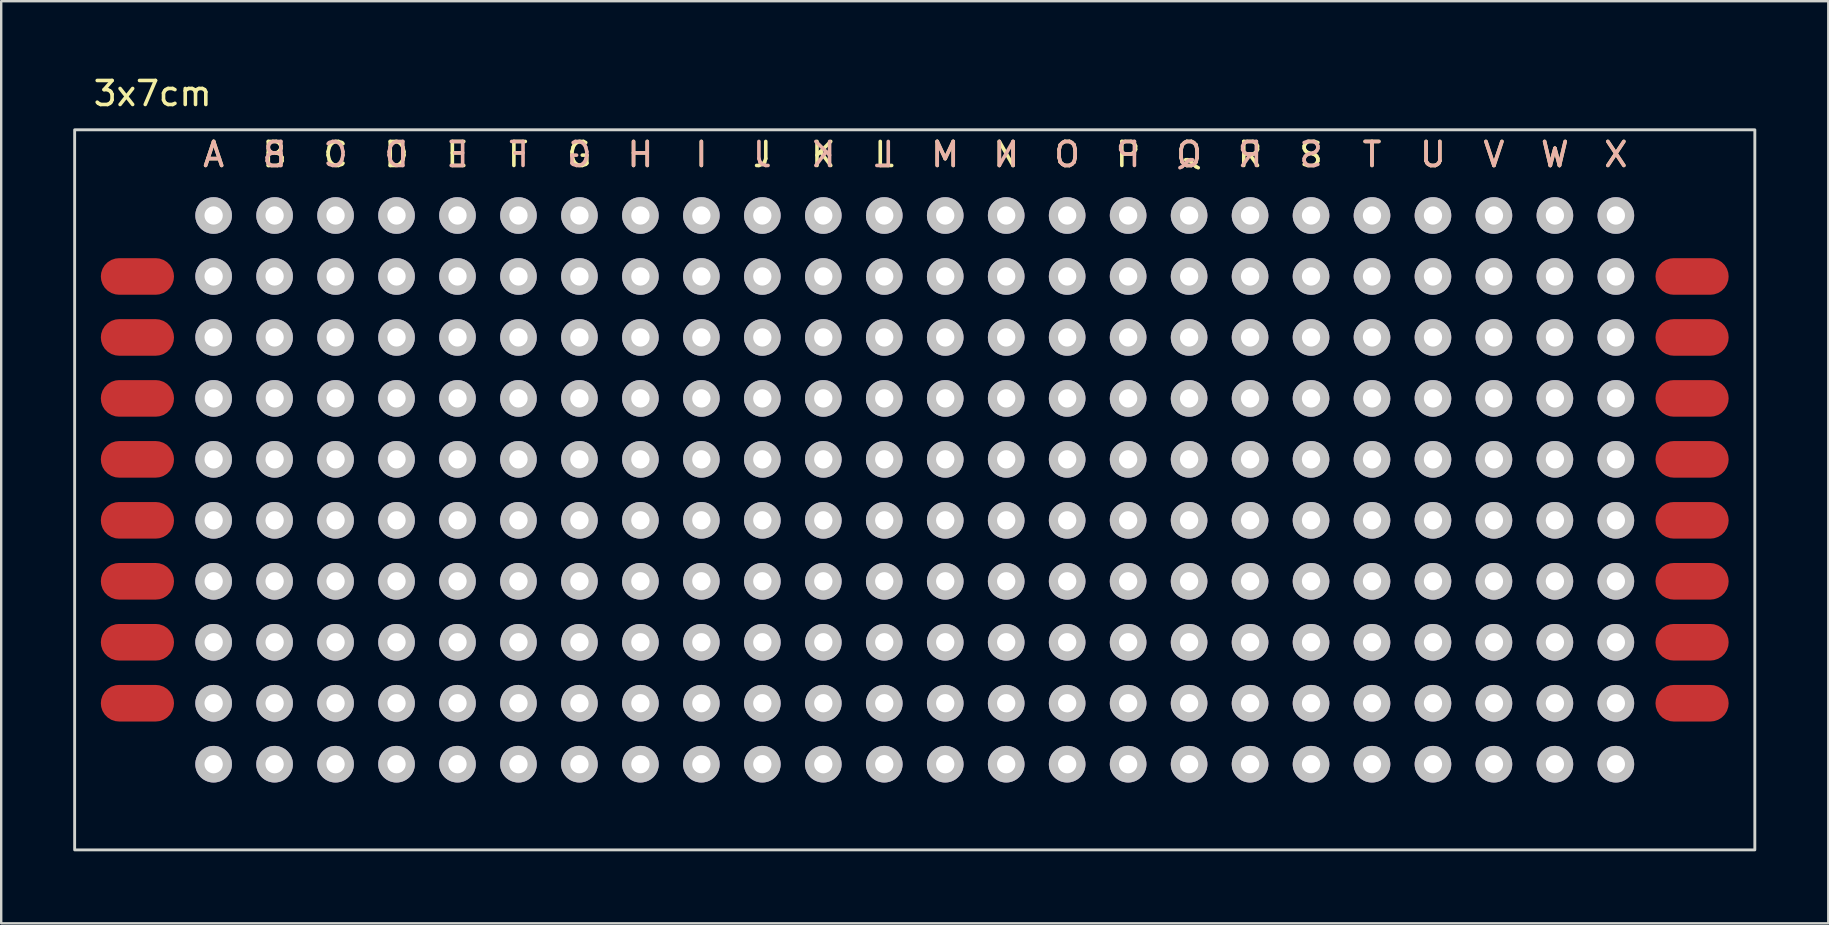
<source format=kicad_pcb>
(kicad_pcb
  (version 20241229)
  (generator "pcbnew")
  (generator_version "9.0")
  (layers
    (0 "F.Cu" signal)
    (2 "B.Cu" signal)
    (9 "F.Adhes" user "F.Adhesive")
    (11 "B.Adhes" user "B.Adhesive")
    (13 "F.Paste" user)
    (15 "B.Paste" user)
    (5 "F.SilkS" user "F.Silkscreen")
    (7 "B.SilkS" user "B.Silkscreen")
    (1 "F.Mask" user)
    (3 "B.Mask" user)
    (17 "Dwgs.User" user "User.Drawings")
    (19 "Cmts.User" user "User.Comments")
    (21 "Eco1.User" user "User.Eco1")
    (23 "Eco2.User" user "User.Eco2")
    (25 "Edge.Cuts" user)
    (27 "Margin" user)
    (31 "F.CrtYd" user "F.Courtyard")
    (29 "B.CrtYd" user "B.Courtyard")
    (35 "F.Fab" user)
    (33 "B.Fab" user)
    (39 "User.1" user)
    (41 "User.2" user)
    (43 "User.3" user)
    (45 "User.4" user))
  (footprint "3x7cm"
    (layer "F.Cu")
    (at 5.85 5.928)
    (property "Reference" "3x7cm" (at -2.54 -5.08 0) (unlocked yes) (layer "F.SilkS") (effects (font (size 1 1) (thickness 0.15))))
    (attr through_hole)
    (fp_rect (start -5.79 -3.57) (end 64.21 26.43) (stroke (width 0.12) (type solid)) (fill no) (layer "Edge.Cuts"))
    (fp_text user "X" (at 58.42 -2.54 0) (unlocked yes) (layer "F.SilkS") (effects (font (size 1 1) (thickness 0.15))))
    (fp_text user "M" (at 30.48 -2.54 0) (unlocked yes) (layer "F.SilkS") (effects (font (size 1 1) (thickness 0.15))))
    (fp_text user "F" (at 12.7 -2.54 0) (unlocked yes) (layer "F.SilkS") (effects (font (size 1 1) (thickness 0.15))))
    (fp_text user "W" (at 55.88 -2.54 0) (unlocked yes) (layer "F.SilkS") (effects (font (size 1 1) (thickness 0.15))))
    (fp_text user "T" (at 48.26 -2.54 0) (unlocked yes) (layer "F.SilkS") (effects (font (size 1 1) (thickness 0.15))))
    (fp_text user "O" (at 35.56 -2.54 0) (unlocked yes) (layer "F.SilkS") (effects (font (size 1 1) (thickness 0.15))))
    (fp_text user "D" (at 7.62 -2.54 0) (unlocked yes) (layer "F.SilkS") (effects (font (size 1 1) (thickness 0.15))))
    (fp_text user "C" (at 5.08 -2.54 0) (unlocked yes) (layer "F.SilkS") (effects (font (size 1 1) (thickness 0.15))))
    (fp_text user "S" (at 45.72 -2.54 0) (unlocked yes) (layer "F.SilkS") (effects (font (size 1 1) (thickness 0.15))))
    (fp_text user "H" (at 17.78 -2.54 0) (unlocked yes) (layer "F.SilkS") (effects (font (size 1 1) (thickness 0.15))))
    (fp_text user "A" (at 0 -2.54 0) (unlocked yes) (layer "F.SilkS") (effects (font (size 1 1) (thickness 0.15))))
    (fp_text user "B" (at 2.54 -2.54 0) (unlocked yes) (layer "F.SilkS") (effects (font (size 1 1) (thickness 0.15))))
    (fp_text user "V" (at 53.34 -2.54 0) (unlocked yes) (layer "F.SilkS") (effects (font (size 1 1) (thickness 0.15))))
    (fp_text user "Q" (at 40.64 -2.54 0) (unlocked yes) (layer "F.SilkS") (effects (font (size 1 1) (thickness 0.15))))
    (fp_text user "I" (at 20.32 -2.54 0) (unlocked yes) (layer "F.SilkS") (effects (font (size 1 1) (thickness 0.15))))
    (fp_text user "P" (at 38.1 -2.54 0) (unlocked yes) (layer "F.SilkS") (effects (font (size 1 1) (thickness 0.15))))
    (fp_text user "N" (at 33.02 -2.54 0) (unlocked yes) (layer "F.SilkS") (effects (font (size 1 1) (thickness 0.15))))
    (fp_text user "G" (at 15.24 -2.54 0) (unlocked yes) (layer "F.SilkS") (effects (font (size 1 1) (thickness 0.15))))
    (fp_text user "E" (at 10.16 -2.54 0) (unlocked yes) (layer "F.SilkS") (effects (font (size 1 1) (thickness 0.15))))
    (fp_text user "R" (at 43.18 -2.54 0) (unlocked yes) (layer "F.SilkS") (effects (font (size 1 1) (thickness 0.15))))
    (fp_text user "L" (at 27.94 -2.54 0) (unlocked yes) (layer "F.SilkS") (effects (font (size 1 1) (thickness 0.15))))
    (fp_text user "K" (at 25.4 -2.54 0) (unlocked yes) (layer "F.SilkS") (effects (font (size 1 1) (thickness 0.15))))
    (fp_text user "J" (at 22.86 -2.54 0) (unlocked yes) (layer "F.SilkS") (effects (font (size 1 1) (thickness 0.15))))
    (fp_text user "U" (at 50.8 -2.54 0) (unlocked yes) (layer "F.SilkS") (effects (font (size 1 1) (thickness 0.15))))
    (fp_text user "M" (at 30.48 -2.54 0) (unlocked yes) (layer "B.SilkS") (effects (font (size 1 1) (thickness 0.15)) (justify mirror)))
    (fp_text user "L" (at 27.94 -2.54 0) (unlocked yes) (layer "B.SilkS") (effects (font (size 1 1) (thickness 0.15)) (justify mirror)))
    (fp_text user "X" (at 58.42 -2.54 0) (unlocked yes) (layer "B.SilkS") (effects (font (size 1 1) (thickness 0.15)) (justify mirror)))
    (fp_text user "C" (at 5.08 -2.54 0) (unlocked yes) (layer "B.SilkS") (effects (font (size 1 1) (thickness 0.15)) (justify mirror)))
    (fp_text user "S" (at 45.72 -2.54 0) (unlocked yes) (layer "B.SilkS") (effects (font (size 1 1) (thickness 0.15)) (justify mirror)))
    (fp_text user "U" (at 50.8 -2.54 0) (unlocked yes) (layer "B.SilkS") (effects (font (size 1 1) (thickness 0.15)) (justify mirror)))
    (fp_text user "V" (at 53.34 -2.54 0) (unlocked yes) (layer "B.SilkS") (effects (font (size 1 1) (thickness 0.15)) (justify mirror)))
    (fp_text user "T" (at 48.26 -2.54 0) (unlocked yes) (layer "B.SilkS") (effects (font (size 1 1) (thickness 0.15)) (justify mirror)))
    (fp_text user "G" (at 15.24 -2.54 0) (unlocked yes) (layer "B.SilkS") (effects (font (size 1 1) (thickness 0.15)) (justify mirror)))
    (fp_text user "I" (at 20.32 -2.54 0) (unlocked yes) (layer "B.SilkS") (effects (font (size 1 1) (thickness 0.15)) (justify mirror)))
    (fp_text user "E" (at 10.16 -2.54 0) (unlocked yes) (layer "B.SilkS") (effects (font (size 1 1) (thickness 0.15)) (justify mirror)))
    (fp_text user "B" (at 2.54 -2.54 0) (unlocked yes) (layer "B.SilkS") (effects (font (size 1 1) (thickness 0.15)) (justify mirror)))
    (fp_text user "R" (at 43.18 -2.54 0) (unlocked yes) (layer "B.SilkS") (effects (font (size 1 1) (thickness 0.15)) (justify mirror)))
    (fp_text user "H" (at 17.78 -2.54 0) (unlocked yes) (layer "B.SilkS") (effects (font (size 1 1) (thickness 0.15)) (justify mirror)))
    (fp_text user "W" (at 55.88 -2.54 0) (unlocked yes) (layer "B.SilkS") (effects (font (size 1 1) (thickness 0.15)) (justify mirror)))
    (fp_text user "P" (at 38.1 -2.54 0) (unlocked yes) (layer "B.SilkS") (effects (font (size 1 1) (thickness 0.15)) (justify mirror)))
    (fp_text user "D" (at 7.62 -2.54 0) (unlocked yes) (layer "B.SilkS") (effects (font (size 1 1) (thickness 0.15)) (justify mirror)))
    (fp_text user "N" (at 33.02 -2.54 0) (unlocked yes) (layer "B.SilkS") (effects (font (size 1 1) (thickness 0.15)) (justify mirror)))
    (fp_text user "A" (at 0 -2.54 0) (unlocked yes) (layer "B.SilkS") (effects (font (size 1 1) (thickness 0.15)) (justify mirror)))
    (fp_text user "K" (at 25.4 -2.54 0) (unlocked yes) (layer "B.SilkS") (effects (font (size 1 1) (thickness 0.15)) (justify mirror)))
    (fp_text user "O" (at 35.56 -2.54 0) (unlocked yes) (layer "B.SilkS") (effects (font (size 1 1) (thickness 0.15)) (justify mirror)))
    (fp_text user "Q" (at 40.64 -2.54 0) (unlocked yes) (layer "B.SilkS") (effects (font (size 1 1) (thickness 0.15)) (justify mirror)))
    (fp_text user "F" (at 12.7 -2.54 0) (unlocked yes) (layer "B.SilkS") (effects (font (size 1 1) (thickness 0.15)) (justify mirror)))
    (fp_text user "J" (at 22.86 -2.54 0) (unlocked yes) (layer "B.SilkS") (effects (font (size 1 1) (thickness 0.15)) (justify mirror)))
    (pad "1" smd roundrect (at -3.175 2.54) (size 3.048 1.524) (layers "F.Cu" "F.Mask" "F.Paste") (roundrect_rratio 0.5))
    (pad "1" thru_hole circle (at 0 0) (size 1.524 1.524) (drill 0.762) (layers "*.Cu" "Dwgs.User"))
    (pad "1" smd roundrect (at 61.595 2.54) (size 3.048 1.524) (layers "F.Cu" "F.Mask" "F.Paste") (roundrect_rratio 0.5))
    (pad "2" smd roundrect (at -3.175 5.08) (size 3.048 1.524) (layers "F.Cu" "F.Mask" "F.Paste") (roundrect_rratio 0.5))
    (pad "2" thru_hole circle (at 2.54 0) (size 1.524 1.524) (drill 0.762) (layers "*.Cu" "Dwgs.User"))
    (pad "2" smd roundrect (at 61.595 5.08) (size 3.048 1.524) (layers "F.Cu" "F.Mask" "F.Paste") (roundrect_rratio 0.5))
    (pad "3" smd roundrect (at -3.175 7.62) (size 3.048 1.524) (layers "F.Cu" "F.Mask" "F.Paste") (roundrect_rratio 0.5))
    (pad "3" thru_hole circle (at 5.08 0) (size 1.524 1.524) (drill 0.762) (layers "*.Cu" "Dwgs.User"))
    (pad "3" smd roundrect (at 61.595 7.62) (size 3.048 1.524) (layers "F.Cu" "F.Mask" "F.Paste") (roundrect_rratio 0.5))
    (pad "4" smd roundrect (at -3.175 10.16) (size 3.048 1.524) (layers "F.Cu" "F.Mask" "F.Paste") (roundrect_rratio 0.5))
    (pad "4" thru_hole circle (at 7.62 0) (size 1.524 1.524) (drill 0.762) (layers "*.Cu" "Dwgs.User"))
    (pad "4" smd roundrect (at 61.595 10.16) (size 3.048 1.524) (layers "F.Cu" "F.Mask" "F.Paste") (roundrect_rratio 0.5))
    (pad "5" smd roundrect (at -3.175 12.7) (size 3.048 1.524) (layers "F.Cu" "F.Mask" "F.Paste") (roundrect_rratio 0.5))
    (pad "5" thru_hole circle (at 10.16 0) (size 1.524 1.524) (drill 0.762) (layers "*.Cu" "Dwgs.User"))
    (pad "5" smd roundrect (at 61.595 12.7) (size 3.048 1.524) (layers "F.Cu" "F.Mask" "F.Paste") (roundrect_rratio 0.5))
    (pad "6" smd roundrect (at -3.175 15.24) (size 3.048 1.524) (layers "F.Cu" "F.Mask" "F.Paste") (roundrect_rratio 0.5))
    (pad "6" thru_hole circle (at 12.7 0) (size 1.524 1.524) (drill 0.762) (layers "*.Cu" "Dwgs.User"))
    (pad "6" smd roundrect (at 61.595 15.24) (size 3.048 1.524) (layers "F.Cu" "F.Mask" "F.Paste") (roundrect_rratio 0.5))
    (pad "7" smd roundrect (at -3.175 17.78) (size 3.048 1.524) (layers "F.Cu" "F.Mask" "F.Paste") (roundrect_rratio 0.5))
    (pad "7" thru_hole circle (at 15.24 0) (size 1.524 1.524) (drill 0.762) (layers "*.Cu" "Dwgs.User"))
    (pad "7" smd roundrect (at 61.595 17.78) (size 3.048 1.524) (layers "F.Cu" "F.Mask" "F.Paste") (roundrect_rratio 0.5))
    (pad "8" smd roundrect (at -3.175 20.32) (size 3.048 1.524) (layers "F.Cu" "F.Mask" "F.Paste") (roundrect_rratio 0.5))
    (pad "8" thru_hole circle (at 17.78 0) (size 1.524 1.524) (drill 0.762) (layers "*.Cu" "Dwgs.User"))
    (pad "8" smd roundrect (at 61.595 20.32) (size 3.048 1.524) (layers "F.Cu" "F.Mask" "F.Paste") (roundrect_rratio 0.5))
    (pad "9" thru_hole circle (at 20.32 0) (size 1.524 1.524) (drill 0.762) (layers "*.Cu" "Dwgs.User"))
    (pad "10" thru_hole circle (at 22.86 0) (size 1.524 1.524) (drill 0.762) (layers "*.Cu" "Dwgs.User"))
    (pad "11" thru_hole circle (at 25.4 0) (size 1.524 1.524) (drill 0.762) (layers "*.Cu" "Dwgs.User"))
    (pad "12" thru_hole circle (at 27.94 0) (size 1.524 1.524) (drill 0.762) (layers "*.Cu" "Dwgs.User"))
    (pad "13" thru_hole circle (at 30.48 0) (size 1.524 1.524) (drill 0.762) (layers "*.Cu" "Dwgs.User"))
    (pad "14" thru_hole circle (at 33.02 0) (size 1.524 1.524) (drill 0.762) (layers "*.Cu" "Dwgs.User"))
    (pad "15" thru_hole circle (at 35.56 0) (size 1.524 1.524) (drill 0.762) (layers "*.Cu" "Dwgs.User"))
    (pad "16" thru_hole circle (at 38.1 0) (size 1.524 1.524) (drill 0.762) (layers "*.Cu" "Dwgs.User"))
    (pad "17" thru_hole circle (at 40.64 0) (size 1.524 1.524) (drill 0.762) (layers "*.Cu" "Dwgs.User"))
    (pad "18" thru_hole circle (at 43.18 0) (size 1.524 1.524) (drill 0.762) (layers "*.Cu" "Dwgs.User"))
    (pad "19" thru_hole circle (at 45.72 0) (size 1.524 1.524) (drill 0.762) (layers "*.Cu" "Dwgs.User"))
    (pad "20" thru_hole circle (at 48.26 0) (size 1.524 1.524) (drill 0.762) (layers "*.Cu" "Dwgs.User"))
    (pad "21" thru_hole circle (at 50.8 0) (size 1.524 1.524) (drill 0.762) (layers "*.Cu" "Dwgs.User"))
    (pad "22" thru_hole circle (at 53.34 0) (size 1.524 1.524) (drill 0.762) (layers "*.Cu" "Dwgs.User"))
    (pad "23" thru_hole circle (at 55.88 0) (size 1.524 1.524) (drill 0.762) (layers "*.Cu" "Dwgs.User"))
    (pad "24" thru_hole circle (at 58.42 0) (size 1.524 1.524) (drill 0.762) (layers "*.Cu" "Dwgs.User"))
    (pad "25" thru_hole circle (at 0 2.54) (size 1.524 1.524) (drill 0.762) (layers "*.Cu" "Dwgs.User"))
    (pad "26" thru_hole circle (at 2.54 2.54) (size 1.524 1.524) (drill 0.762) (layers "*.Cu" "Dwgs.User"))
    (pad "27" thru_hole circle (at 5.08 2.54) (size 1.524 1.524) (drill 0.762) (layers "*.Cu" "Dwgs.User"))
    (pad "28" thru_hole circle (at 7.62 2.54) (size 1.524 1.524) (drill 0.762) (layers "*.Cu" "Dwgs.User"))
    (pad "29" thru_hole circle (at 10.16 2.54) (size 1.524 1.524) (drill 0.762) (layers "*.Cu" "Dwgs.User"))
    (pad "30" thru_hole circle (at 12.7 2.54) (size 1.524 1.524) (drill 0.762) (layers "*.Cu" "Dwgs.User"))
    (pad "31" thru_hole circle (at 15.24 2.54) (size 1.524 1.524) (drill 0.762) (layers "*.Cu" "Dwgs.User"))
    (pad "32" thru_hole circle (at 17.78 2.54) (size 1.524 1.524) (drill 0.762) (layers "*.Cu" "Dwgs.User"))
    (pad "33" thru_hole circle (at 20.32 2.54) (size 1.524 1.524) (drill 0.762) (layers "*.Cu" "Dwgs.User"))
    (pad "34" thru_hole circle (at 22.86 2.54) (size 1.524 1.524) (drill 0.762) (layers "*.Cu" "Dwgs.User"))
    (pad "35" thru_hole circle (at 25.4 2.54) (size 1.524 1.524) (drill 0.762) (layers "*.Cu" "Dwgs.User"))
    (pad "36" thru_hole circle (at 27.94 2.54) (size 1.524 1.524) (drill 0.762) (layers "*.Cu" "Dwgs.User"))
    (pad "37" thru_hole circle (at 30.48 2.54) (size 1.524 1.524) (drill 0.762) (layers "*.Cu" "Dwgs.User"))
    (pad "38" thru_hole circle (at 33.02 2.54) (size 1.524 1.524) (drill 0.762) (layers "*.Cu" "Dwgs.User"))
    (pad "39" thru_hole circle (at 35.56 2.54) (size 1.524 1.524) (drill 0.762) (layers "*.Cu" "Dwgs.User"))
    (pad "40" thru_hole circle (at 38.1 2.54) (size 1.524 1.524) (drill 0.762) (layers "*.Cu" "Dwgs.User"))
    (pad "41" thru_hole circle (at 40.64 2.54) (size 1.524 1.524) (drill 0.762) (layers "*.Cu" "Dwgs.User"))
    (pad "42" thru_hole circle (at 43.18 2.54) (size 1.524 1.524) (drill 0.762) (layers "*.Cu" "Dwgs.User"))
    (pad "43" thru_hole circle (at 45.72 2.54) (size 1.524 1.524) (drill 0.762) (layers "*.Cu" "Dwgs.User"))
    (pad "44" thru_hole circle (at 48.26 2.54) (size 1.524 1.524) (drill 0.762) (layers "*.Cu" "Dwgs.User"))
    (pad "45" thru_hole circle (at 50.8 2.54) (size 1.524 1.524) (drill 0.762) (layers "*.Cu" "Dwgs.User"))
    (pad "46" thru_hole circle (at 53.34 2.54) (size 1.524 1.524) (drill 0.762) (layers "*.Cu" "Dwgs.User"))
    (pad "47" thru_hole circle (at 55.88 2.54) (size 1.524 1.524) (drill 0.762) (layers "*.Cu" "Dwgs.User"))
    (pad "48" thru_hole circle (at 58.42 2.54) (size 1.524 1.524) (drill 0.762) (layers "*.Cu" "Dwgs.User"))
    (pad "49" thru_hole circle (at 0 5.08) (size 1.524 1.524) (drill 0.762) (layers "*.Cu" "Dwgs.User"))
    (pad "50" thru_hole circle (at 2.54 5.08) (size 1.524 1.524) (drill 0.762) (layers "*.Cu" "Dwgs.User"))
    (pad "51" thru_hole circle (at 5.08 5.08) (size 1.524 1.524) (drill 0.762) (layers "*.Cu" "Dwgs.User"))
    (pad "52" thru_hole circle (at 7.62 5.08) (size 1.524 1.524) (drill 0.762) (layers "*.Cu" "Dwgs.User"))
    (pad "53" thru_hole circle (at 10.16 5.08) (size 1.524 1.524) (drill 0.762) (layers "*.Cu" "Dwgs.User"))
    (pad "54" thru_hole circle (at 12.7 5.08) (size 1.524 1.524) (drill 0.762) (layers "*.Cu" "Dwgs.User"))
    (pad "55" thru_hole circle (at 15.24 5.08) (size 1.524 1.524) (drill 0.762) (layers "*.Cu" "Dwgs.User"))
    (pad "56" thru_hole circle (at 17.78 5.08) (size 1.524 1.524) (drill 0.762) (layers "*.Cu" "Dwgs.User"))
    (pad "57" thru_hole circle (at 20.32 5.08) (size 1.524 1.524) (drill 0.762) (layers "*.Cu" "Dwgs.User"))
    (pad "58" thru_hole circle (at 22.86 5.08) (size 1.524 1.524) (drill 0.762) (layers "*.Cu" "Dwgs.User"))
    (pad "59" thru_hole circle (at 25.4 5.08) (size 1.524 1.524) (drill 0.762) (layers "*.Cu" "Dwgs.User"))
    (pad "60" thru_hole circle (at 27.94 5.08) (size 1.524 1.524) (drill 0.762) (layers "*.Cu" "Dwgs.User"))
    (pad "61" thru_hole circle (at 30.48 5.08) (size 1.524 1.524) (drill 0.762) (layers "*.Cu" "Dwgs.User"))
    (pad "62" thru_hole circle (at 33.02 5.08) (size 1.524 1.524) (drill 0.762) (layers "*.Cu" "Dwgs.User"))
    (pad "63" thru_hole circle (at 35.56 5.08) (size 1.524 1.524) (drill 0.762) (layers "*.Cu" "Dwgs.User"))
    (pad "64" thru_hole circle (at 38.1 5.08) (size 1.524 1.524) (drill 0.762) (layers "*.Cu" "Dwgs.User"))
    (pad "65" thru_hole circle (at 40.64 5.08) (size 1.524 1.524) (drill 0.762) (layers "*.Cu" "Dwgs.User"))
    (pad "66" thru_hole circle (at 43.18 5.08) (size 1.524 1.524) (drill 0.762) (layers "*.Cu" "Dwgs.User"))
    (pad "67" thru_hole circle (at 45.72 5.08) (size 1.524 1.524) (drill 0.762) (layers "*.Cu" "Dwgs.User"))
    (pad "68" thru_hole circle (at 48.26 5.08) (size 1.524 1.524) (drill 0.762) (layers "*.Cu" "Dwgs.User"))
    (pad "69" thru_hole circle (at 50.8 5.08) (size 1.524 1.524) (drill 0.762) (layers "*.Cu" "Dwgs.User"))
    (pad "70" thru_hole circle (at 53.34 5.08) (size 1.524 1.524) (drill 0.762) (layers "*.Cu" "Dwgs.User"))
    (pad "71" thru_hole circle (at 55.88 5.08) (size 1.524 1.524) (drill 0.762) (layers "*.Cu" "Dwgs.User"))
    (pad "72" thru_hole circle (at 58.42 5.08) (size 1.524 1.524) (drill 0.762) (layers "*.Cu" "Dwgs.User"))
    (pad "73" thru_hole circle (at 0 7.62) (size 1.524 1.524) (drill 0.762) (layers "*.Cu" "Dwgs.User"))
    (pad "74" thru_hole circle (at 2.54 7.62) (size 1.524 1.524) (drill 0.762) (layers "*.Cu" "Dwgs.User"))
    (pad "75" thru_hole circle (at 5.08 7.62) (size 1.524 1.524) (drill 0.762) (layers "*.Cu" "Dwgs.User"))
    (pad "76" thru_hole circle (at 7.62 7.62) (size 1.524 1.524) (drill 0.762) (layers "*.Cu" "Dwgs.User"))
    (pad "77" thru_hole circle (at 10.16 7.62) (size 1.524 1.524) (drill 0.762) (layers "*.Cu" "Dwgs.User"))
    (pad "78" thru_hole circle (at 12.7 7.62) (size 1.524 1.524) (drill 0.762) (layers "*.Cu" "Dwgs.User"))
    (pad "79" thru_hole circle (at 15.24 7.62) (size 1.524 1.524) (drill 0.762) (layers "*.Cu" "Dwgs.User"))
    (pad "80" thru_hole circle (at 17.78 7.62) (size 1.524 1.524) (drill 0.762) (layers "*.Cu" "Dwgs.User"))
    (pad "81" thru_hole circle (at 20.32 7.62) (size 1.524 1.524) (drill 0.762) (layers "*.Cu" "Dwgs.User"))
    (pad "82" thru_hole circle (at 22.86 7.62) (size 1.524 1.524) (drill 0.762) (layers "*.Cu" "Dwgs.User"))
    (pad "83" thru_hole circle (at 25.4 7.62) (size 1.524 1.524) (drill 0.762) (layers "*.Cu" "Dwgs.User"))
    (pad "84" thru_hole circle (at 27.94 7.62) (size 1.524 1.524) (drill 0.762) (layers "*.Cu" "Dwgs.User"))
    (pad "85" thru_hole circle (at 30.48 7.62) (size 1.524 1.524) (drill 0.762) (layers "*.Cu" "Dwgs.User"))
    (pad "86" thru_hole circle (at 33.02 7.62) (size 1.524 1.524) (drill 0.762) (layers "*.Cu" "Dwgs.User"))
    (pad "87" thru_hole circle (at 35.56 7.62) (size 1.524 1.524) (drill 0.762) (layers "*.Cu" "Dwgs.User"))
    (pad "88" thru_hole circle (at 38.1 7.62) (size 1.524 1.524) (drill 0.762) (layers "*.Cu" "Dwgs.User"))
    (pad "89" thru_hole circle (at 40.64 7.62) (size 1.524 1.524) (drill 0.762) (layers "*.Cu" "Dwgs.User"))
    (pad "90" thru_hole circle (at 43.18 7.62) (size 1.524 1.524) (drill 0.762) (layers "*.Cu" "Dwgs.User"))
    (pad "91" thru_hole circle (at 45.72 7.62) (size 1.524 1.524) (drill 0.762) (layers "*.Cu" "Dwgs.User"))
    (pad "92" thru_hole circle (at 48.26 7.62) (size 1.524 1.524) (drill 0.762) (layers "*.Cu" "Dwgs.User"))
    (pad "93" thru_hole circle (at 50.8 7.62) (size 1.524 1.524) (drill 0.762) (layers "*.Cu" "Dwgs.User"))
    (pad "94" thru_hole circle (at 53.34 7.62) (size 1.524 1.524) (drill 0.762) (layers "*.Cu" "Dwgs.User"))
    (pad "95" thru_hole circle (at 55.88 7.62) (size 1.524 1.524) (drill 0.762) (layers "*.Cu" "Dwgs.User"))
    (pad "96" thru_hole circle (at 58.42 7.62) (size 1.524 1.524) (drill 0.762) (layers "*.Cu" "Dwgs.User"))
    (pad "97" thru_hole circle (at 0 10.16) (size 1.524 1.524) (drill 0.762) (layers "*.Cu" "Dwgs.User"))
    (pad "98" thru_hole circle (at 2.54 10.16) (size 1.524 1.524) (drill 0.762) (layers "*.Cu" "Dwgs.User"))
    (pad "99" thru_hole circle (at 5.08 10.16) (size 1.524 1.524) (drill 0.762) (layers "*.Cu" "Dwgs.User"))
    (pad "100" thru_hole circle (at 7.62 10.16) (size 1.524 1.524) (drill 0.762) (layers "*.Cu" "Dwgs.User"))
    (pad "101" thru_hole circle (at 10.16 10.16) (size 1.524 1.524) (drill 0.762) (layers "*.Cu" "Dwgs.User"))
    (pad "102" thru_hole circle (at 12.7 10.16) (size 1.524 1.524) (drill 0.762) (layers "*.Cu" "Dwgs.User"))
    (pad "103" thru_hole circle (at 15.24 10.16) (size 1.524 1.524) (drill 0.762) (layers "*.Cu" "Dwgs.User"))
    (pad "104" thru_hole circle (at 17.78 10.16) (size 1.524 1.524) (drill 0.762) (layers "*.Cu" "Dwgs.User"))
    (pad "105" thru_hole circle (at 20.32 10.16) (size 1.524 1.524) (drill 0.762) (layers "*.Cu" "Dwgs.User"))
    (pad "106" thru_hole circle (at 22.86 10.16) (size 1.524 1.524) (drill 0.762) (layers "*.Cu" "Dwgs.User"))
    (pad "107" thru_hole circle (at 25.4 10.16) (size 1.524 1.524) (drill 0.762) (layers "*.Cu" "Dwgs.User"))
    (pad "108" thru_hole circle (at 27.94 10.16) (size 1.524 1.524) (drill 0.762) (layers "*.Cu" "Dwgs.User"))
    (pad "109" thru_hole circle (at 30.48 10.16) (size 1.524 1.524) (drill 0.762) (layers "*.Cu" "Dwgs.User"))
    (pad "110" thru_hole circle (at 33.02 10.16) (size 1.524 1.524) (drill 0.762) (layers "*.Cu" "Dwgs.User"))
    (pad "111" thru_hole circle (at 35.56 10.16) (size 1.524 1.524) (drill 0.762) (layers "*.Cu" "Dwgs.User"))
    (pad "112" thru_hole circle (at 38.1 10.16) (size 1.524 1.524) (drill 0.762) (layers "*.Cu" "Dwgs.User"))
    (pad "113" thru_hole circle (at 40.64 10.16) (size 1.524 1.524) (drill 0.762) (layers "*.Cu" "Dwgs.User"))
    (pad "114" thru_hole circle (at 43.18 10.16) (size 1.524 1.524) (drill 0.762) (layers "*.Cu" "Dwgs.User"))
    (pad "115" thru_hole circle (at 45.72 10.16) (size 1.524 1.524) (drill 0.762) (layers "*.Cu" "Dwgs.User"))
    (pad "116" thru_hole circle (at 48.26 10.16) (size 1.524 1.524) (drill 0.762) (layers "*.Cu" "Dwgs.User"))
    (pad "117" thru_hole circle (at 50.8 10.16) (size 1.524 1.524) (drill 0.762) (layers "*.Cu" "Dwgs.User"))
    (pad "118" thru_hole circle (at 53.34 10.16) (size 1.524 1.524) (drill 0.762) (layers "*.Cu" "Dwgs.User"))
    (pad "119" thru_hole circle (at 55.88 10.16) (size 1.524 1.524) (drill 0.762) (layers "*.Cu" "Dwgs.User"))
    (pad "120" thru_hole circle (at 58.42 10.16) (size 1.524 1.524) (drill 0.762) (layers "*.Cu" "Dwgs.User"))
    (pad "121" thru_hole circle (at 0 12.7) (size 1.524 1.524) (drill 0.762) (layers "*.Cu" "Dwgs.User"))
    (pad "122" thru_hole circle (at 2.54 12.7) (size 1.524 1.524) (drill 0.762) (layers "*.Cu" "Dwgs.User"))
    (pad "123" thru_hole circle (at 5.08 12.7) (size 1.524 1.524) (drill 0.762) (layers "*.Cu" "Dwgs.User"))
    (pad "124" thru_hole circle (at 7.62 12.7) (size 1.524 1.524) (drill 0.762) (layers "*.Cu" "Dwgs.User"))
    (pad "125" thru_hole circle (at 10.16 12.7) (size 1.524 1.524) (drill 0.762) (layers "*.Cu" "Dwgs.User"))
    (pad "126" thru_hole circle (at 12.7 12.7) (size 1.524 1.524) (drill 0.762) (layers "*.Cu" "Dwgs.User"))
    (pad "127" thru_hole circle (at 15.24 12.7) (size 1.524 1.524) (drill 0.762) (layers "*.Cu" "Dwgs.User"))
    (pad "128" thru_hole circle (at 17.78 12.7) (size 1.524 1.524) (drill 0.762) (layers "*.Cu" "Dwgs.User"))
    (pad "129" thru_hole circle (at 20.32 12.7) (size 1.524 1.524) (drill 0.762) (layers "*.Cu" "Dwgs.User"))
    (pad "130" thru_hole circle (at 22.86 12.7) (size 1.524 1.524) (drill 0.762) (layers "*.Cu" "Dwgs.User"))
    (pad "131" thru_hole circle (at 25.4 12.7) (size 1.524 1.524) (drill 0.762) (layers "*.Cu" "Dwgs.User"))
    (pad "132" thru_hole circle (at 27.94 12.7) (size 1.524 1.524) (drill 0.762) (layers "*.Cu" "Dwgs.User"))
    (pad "133" thru_hole circle (at 30.48 12.7) (size 1.524 1.524) (drill 0.762) (layers "*.Cu" "Dwgs.User"))
    (pad "134" thru_hole circle (at 33.02 12.7) (size 1.524 1.524) (drill 0.762) (layers "*.Cu" "Dwgs.User"))
    (pad "135" thru_hole circle (at 35.56 12.7) (size 1.524 1.524) (drill 0.762) (layers "*.Cu" "Dwgs.User"))
    (pad "136" thru_hole circle (at 38.1 12.7) (size 1.524 1.524) (drill 0.762) (layers "*.Cu" "Dwgs.User"))
    (pad "137" thru_hole circle (at 40.64 12.7) (size 1.524 1.524) (drill 0.762) (layers "*.Cu" "Dwgs.User"))
    (pad "138" thru_hole circle (at 43.18 12.7) (size 1.524 1.524) (drill 0.762) (layers "*.Cu" "Dwgs.User"))
    (pad "139" thru_hole circle (at 45.72 12.7) (size 1.524 1.524) (drill 0.762) (layers "*.Cu" "Dwgs.User"))
    (pad "140" thru_hole circle (at 48.26 12.7) (size 1.524 1.524) (drill 0.762) (layers "*.Cu" "Dwgs.User"))
    (pad "141" thru_hole circle (at 50.8 12.7) (size 1.524 1.524) (drill 0.762) (layers "*.Cu" "Dwgs.User"))
    (pad "142" thru_hole circle (at 53.34 12.7) (size 1.524 1.524) (drill 0.762) (layers "*.Cu" "Dwgs.User"))
    (pad "143" thru_hole circle (at 55.88 12.7) (size 1.524 1.524) (drill 0.762) (layers "*.Cu" "Dwgs.User"))
    (pad "144" thru_hole circle (at 58.42 12.7) (size 1.524 1.524) (drill 0.762) (layers "*.Cu" "Dwgs.User"))
    (pad "145" thru_hole circle (at 0 15.24) (size 1.524 1.524) (drill 0.762) (layers "*.Cu" "Dwgs.User"))
    (pad "146" thru_hole circle (at 2.54 15.24) (size 1.524 1.524) (drill 0.762) (layers "*.Cu" "Dwgs.User"))
    (pad "147" thru_hole circle (at 5.08 15.24) (size 1.524 1.524) (drill 0.762) (layers "*.Cu" "Dwgs.User"))
    (pad "148" thru_hole circle (at 7.62 15.24) (size 1.524 1.524) (drill 0.762) (layers "*.Cu" "Dwgs.User"))
    (pad "149" thru_hole circle (at 10.16 15.24) (size 1.524 1.524) (drill 0.762) (layers "*.Cu" "Dwgs.User"))
    (pad "150" thru_hole circle (at 12.7 15.24) (size 1.524 1.524) (drill 0.762) (layers "*.Cu" "Dwgs.User"))
    (pad "151" thru_hole circle (at 15.24 15.24) (size 1.524 1.524) (drill 0.762) (layers "*.Cu" "Dwgs.User"))
    (pad "152" thru_hole circle (at 17.78 15.24) (size 1.524 1.524) (drill 0.762) (layers "*.Cu" "Dwgs.User"))
    (pad "153" thru_hole circle (at 20.32 15.24) (size 1.524 1.524) (drill 0.762) (layers "*.Cu" "Dwgs.User"))
    (pad "154" thru_hole circle (at 22.86 15.24) (size 1.524 1.524) (drill 0.762) (layers "*.Cu" "Dwgs.User"))
    (pad "155" thru_hole circle (at 25.4 15.24) (size 1.524 1.524) (drill 0.762) (layers "*.Cu" "Dwgs.User"))
    (pad "156" thru_hole circle (at 27.94 15.24) (size 1.524 1.524) (drill 0.762) (layers "*.Cu" "Dwgs.User"))
    (pad "157" thru_hole circle (at 30.48 15.24) (size 1.524 1.524) (drill 0.762) (layers "*.Cu" "Dwgs.User"))
    (pad "158" thru_hole circle (at 33.02 15.24) (size 1.524 1.524) (drill 0.762) (layers "*.Cu" "Dwgs.User"))
    (pad "159" thru_hole circle (at 35.56 15.24) (size 1.524 1.524) (drill 0.762) (layers "*.Cu" "Dwgs.User"))
    (pad "160" thru_hole circle (at 38.1 15.24) (size 1.524 1.524) (drill 0.762) (layers "*.Cu" "Dwgs.User"))
    (pad "161" thru_hole circle (at 40.64 15.24) (size 1.524 1.524) (drill 0.762) (layers "*.Cu" "Dwgs.User"))
    (pad "162" thru_hole circle (at 43.18 15.24) (size 1.524 1.524) (drill 0.762) (layers "*.Cu" "Dwgs.User"))
    (pad "163" thru_hole circle (at 45.72 15.24) (size 1.524 1.524) (drill 0.762) (layers "*.Cu" "Dwgs.User"))
    (pad "164" thru_hole circle (at 48.26 15.24) (size 1.524 1.524) (drill 0.762) (layers "*.Cu" "Dwgs.User"))
    (pad "165" thru_hole circle (at 50.8 15.24) (size 1.524 1.524) (drill 0.762) (layers "*.Cu" "Dwgs.User"))
    (pad "166" thru_hole circle (at 53.34 15.24) (size 1.524 1.524) (drill 0.762) (layers "*.Cu" "Dwgs.User"))
    (pad "167" thru_hole circle (at 55.88 15.24) (size 1.524 1.524) (drill 0.762) (layers "*.Cu" "Dwgs.User"))
    (pad "168" thru_hole circle (at 58.42 15.24) (size 1.524 1.524) (drill 0.762) (layers "*.Cu" "Dwgs.User"))
    (pad "169" thru_hole circle (at 0 17.78) (size 1.524 1.524) (drill 0.762) (layers "*.Cu" "Dwgs.User"))
    (pad "170" thru_hole circle (at 2.54 17.78) (size 1.524 1.524) (drill 0.762) (layers "*.Cu" "Dwgs.User"))
    (pad "171" thru_hole circle (at 5.08 17.78) (size 1.524 1.524) (drill 0.762) (layers "*.Cu" "Dwgs.User"))
    (pad "172" thru_hole circle (at 7.62 17.78) (size 1.524 1.524) (drill 0.762) (layers "*.Cu" "Dwgs.User"))
    (pad "173" thru_hole circle (at 10.16 17.78) (size 1.524 1.524) (drill 0.762) (layers "*.Cu" "Dwgs.User"))
    (pad "174" thru_hole circle (at 12.7 17.78) (size 1.524 1.524) (drill 0.762) (layers "*.Cu" "Dwgs.User"))
    (pad "175" thru_hole circle (at 15.24 17.78) (size 1.524 1.524) (drill 0.762) (layers "*.Cu" "Dwgs.User"))
    (pad "176" thru_hole circle (at 17.78 17.78) (size 1.524 1.524) (drill 0.762) (layers "*.Cu" "Dwgs.User"))
    (pad "177" thru_hole circle (at 20.32 17.78) (size 1.524 1.524) (drill 0.762) (layers "*.Cu" "Dwgs.User"))
    (pad "178" thru_hole circle (at 22.86 17.78) (size 1.524 1.524) (drill 0.762) (layers "*.Cu" "Dwgs.User"))
    (pad "179" thru_hole circle (at 25.4 17.78) (size 1.524 1.524) (drill 0.762) (layers "*.Cu" "Dwgs.User"))
    (pad "180" thru_hole circle (at 27.94 17.78) (size 1.524 1.524) (drill 0.762) (layers "*.Cu" "Dwgs.User"))
    (pad "181" thru_hole circle (at 30.48 17.78) (size 1.524 1.524) (drill 0.762) (layers "*.Cu" "Dwgs.User"))
    (pad "182" thru_hole circle (at 33.02 17.78) (size 1.524 1.524) (drill 0.762) (layers "*.Cu" "Dwgs.User"))
    (pad "183" thru_hole circle (at 35.56 17.78) (size 1.524 1.524) (drill 0.762) (layers "*.Cu" "Dwgs.User"))
    (pad "184" thru_hole circle (at 38.1 17.78) (size 1.524 1.524) (drill 0.762) (layers "*.Cu" "Dwgs.User"))
    (pad "185" thru_hole circle (at 40.64 17.78) (size 1.524 1.524) (drill 0.762) (layers "*.Cu" "Dwgs.User"))
    (pad "186" thru_hole circle (at 43.18 17.78) (size 1.524 1.524) (drill 0.762) (layers "*.Cu" "Dwgs.User"))
    (pad "187" thru_hole circle (at 45.72 17.78) (size 1.524 1.524) (drill 0.762) (layers "*.Cu" "Dwgs.User"))
    (pad "188" thru_hole circle (at 48.26 17.78) (size 1.524 1.524) (drill 0.762) (layers "*.Cu" "Dwgs.User"))
    (pad "189" thru_hole circle (at 50.8 17.78) (size 1.524 1.524) (drill 0.762) (layers "*.Cu" "Dwgs.User"))
    (pad "190" thru_hole circle (at 53.34 17.78) (size 1.524 1.524) (drill 0.762) (layers "*.Cu" "Dwgs.User"))
    (pad "191" thru_hole circle (at 55.88 17.78) (size 1.524 1.524) (drill 0.762) (layers "*.Cu" "Dwgs.User"))
    (pad "192" thru_hole circle (at 58.42 17.78) (size 1.524 1.524) (drill 0.762) (layers "*.Cu" "Dwgs.User"))
    (pad "193" thru_hole circle (at 0 20.32) (size 1.524 1.524) (drill 0.762) (layers "*.Cu" "Dwgs.User"))
    (pad "194" thru_hole circle (at 2.54 20.32) (size 1.524 1.524) (drill 0.762) (layers "*.Cu" "Dwgs.User"))
    (pad "195" thru_hole circle (at 5.08 20.32) (size 1.524 1.524) (drill 0.762) (layers "*.Cu" "Dwgs.User"))
    (pad "196" thru_hole circle (at 7.62 20.32) (size 1.524 1.524) (drill 0.762) (layers "*.Cu" "Dwgs.User"))
    (pad "197" thru_hole circle (at 10.16 20.32) (size 1.524 1.524) (drill 0.762) (layers "*.Cu" "Dwgs.User"))
    (pad "198" thru_hole circle (at 12.7 20.32) (size 1.524 1.524) (drill 0.762) (layers "*.Cu" "Dwgs.User"))
    (pad "199" thru_hole circle (at 15.24 20.32) (size 1.524 1.524) (drill 0.762) (layers "*.Cu" "Dwgs.User"))
    (pad "200" thru_hole circle (at 17.78 20.32) (size 1.524 1.524) (drill 0.762) (layers "*.Cu" "Dwgs.User"))
    (pad "201" thru_hole circle (at 20.32 20.32) (size 1.524 1.524) (drill 0.762) (layers "*.Cu" "Dwgs.User"))
    (pad "202" thru_hole circle (at 22.86 20.32) (size 1.524 1.524) (drill 0.762) (layers "*.Cu" "Dwgs.User"))
    (pad "203" thru_hole circle (at 25.4 20.32) (size 1.524 1.524) (drill 0.762) (layers "*.Cu" "Dwgs.User"))
    (pad "204" thru_hole circle (at 27.94 20.32) (size 1.524 1.524) (drill 0.762) (layers "*.Cu" "Dwgs.User"))
    (pad "205" thru_hole circle (at 30.48 20.32) (size 1.524 1.524) (drill 0.762) (layers "*.Cu" "Dwgs.User"))
    (pad "206" thru_hole circle (at 33.02 20.32) (size 1.524 1.524) (drill 0.762) (layers "*.Cu" "Dwgs.User"))
    (pad "207" thru_hole circle (at 35.56 20.32) (size 1.524 1.524) (drill 0.762) (layers "*.Cu" "Dwgs.User"))
    (pad "208" thru_hole circle (at 38.1 20.32) (size 1.524 1.524) (drill 0.762) (layers "*.Cu" "Dwgs.User"))
    (pad "209" thru_hole circle (at 40.64 20.32) (size 1.524 1.524) (drill 0.762) (layers "*.Cu" "Dwgs.User"))
    (pad "210" thru_hole circle (at 43.18 20.32) (size 1.524 1.524) (drill 0.762) (layers "*.Cu" "Dwgs.User"))
    (pad "211" thru_hole circle (at 45.72 20.32) (size 1.524 1.524) (drill 0.762) (layers "*.Cu" "Dwgs.User"))
    (pad "212" thru_hole circle (at 48.26 20.32) (size 1.524 1.524) (drill 0.762) (layers "*.Cu" "Dwgs.User"))
    (pad "213" thru_hole circle (at 50.8 20.32) (size 1.524 1.524) (drill 0.762) (layers "*.Cu" "Dwgs.User"))
    (pad "214" thru_hole circle (at 53.34 20.32) (size 1.524 1.524) (drill 0.762) (layers "*.Cu" "Dwgs.User"))
    (pad "215" thru_hole circle (at 55.88 20.32) (size 1.524 1.524) (drill 0.762) (layers "*.Cu" "Dwgs.User"))
    (pad "216" thru_hole circle (at 58.42 20.32) (size 1.524 1.524) (drill 0.762) (layers "*.Cu" "Dwgs.User"))
    (pad "217" thru_hole circle (at 0 22.86) (size 1.524 1.524) (drill 0.762) (layers "*.Cu" "Dwgs.User"))
    (pad "218" thru_hole circle (at 2.54 22.86) (size 1.524 1.524) (drill 0.762) (layers "*.Cu" "Dwgs.User"))
    (pad "219" thru_hole circle (at 5.08 22.86) (size 1.524 1.524) (drill 0.762) (layers "*.Cu" "Dwgs.User"))
    (pad "220" thru_hole circle (at 7.62 22.86) (size 1.524 1.524) (drill 0.762) (layers "*.Cu" "Dwgs.User"))
    (pad "221" thru_hole circle (at 10.16 22.86) (size 1.524 1.524) (drill 0.762) (layers "*.Cu" "Dwgs.User"))
    (pad "222" thru_hole circle (at 12.7 22.86) (size 1.524 1.524) (drill 0.762) (layers "*.Cu" "Dwgs.User"))
    (pad "223" thru_hole circle (at 15.24 22.86) (size 1.524 1.524) (drill 0.762) (layers "*.Cu" "Dwgs.User"))
    (pad "224" thru_hole circle (at 17.78 22.86) (size 1.524 1.524) (drill 0.762) (layers "*.Cu" "Dwgs.User"))
    (pad "225" thru_hole circle (at 20.32 22.86) (size 1.524 1.524) (drill 0.762) (layers "*.Cu" "Dwgs.User"))
    (pad "226" thru_hole circle (at 22.86 22.86) (size 1.524 1.524) (drill 0.762) (layers "*.Cu" "Dwgs.User"))
    (pad "227" thru_hole circle (at 25.4 22.86) (size 1.524 1.524) (drill 0.762) (layers "*.Cu" "Dwgs.User"))
    (pad "228" thru_hole circle (at 27.94 22.86) (size 1.524 1.524) (drill 0.762) (layers "*.Cu" "Dwgs.User"))
    (pad "229" thru_hole circle (at 30.48 22.86) (size 1.524 1.524) (drill 0.762) (layers "*.Cu" "Dwgs.User"))
    (pad "230" thru_hole circle (at 33.02 22.86) (size 1.524 1.524) (drill 0.762) (layers "*.Cu" "Dwgs.User"))
    (pad "231" thru_hole circle (at 35.56 22.86) (size 1.524 1.524) (drill 0.762) (layers "*.Cu" "Dwgs.User"))
    (pad "232" thru_hole circle (at 38.1 22.86) (size 1.524 1.524) (drill 0.762) (layers "*.Cu" "Dwgs.User"))
    (pad "233" thru_hole circle (at 40.64 22.86) (size 1.524 1.524) (drill 0.762) (layers "*.Cu" "Dwgs.User"))
    (pad "234" thru_hole circle (at 43.18 22.86) (size 1.524 1.524) (drill 0.762) (layers "*.Cu" "Dwgs.User"))
    (pad "235" thru_hole circle (at 45.72 22.86) (size 1.524 1.524) (drill 0.762) (layers "*.Cu" "Dwgs.User"))
    (pad "236" thru_hole circle (at 48.26 22.86) (size 1.524 1.524) (drill 0.762) (layers "*.Cu" "Dwgs.User"))
    (pad "237" thru_hole circle (at 50.8 22.86) (size 1.524 1.524) (drill 0.762) (layers "*.Cu" "Dwgs.User"))
    (pad "238" thru_hole circle (at 53.34 22.86) (size 1.524 1.524) (drill 0.762) (layers "*.Cu" "Dwgs.User"))
    (pad "239" thru_hole circle (at 55.88 22.86) (size 1.524 1.524) (drill 0.762) (layers "*.Cu" "Dwgs.User"))
    (pad "240" thru_hole circle (at 58.42 22.86) (size 1.524 1.524) (drill 0.762) (layers "*.Cu" "Dwgs.User")))
  (gr_rect
    (start -3 -3)
    (end 73.12 35.418)
    (stroke (width 0.1) (type default))
    (fill no)
    (layer "Edge.Cuts")))
</source>
